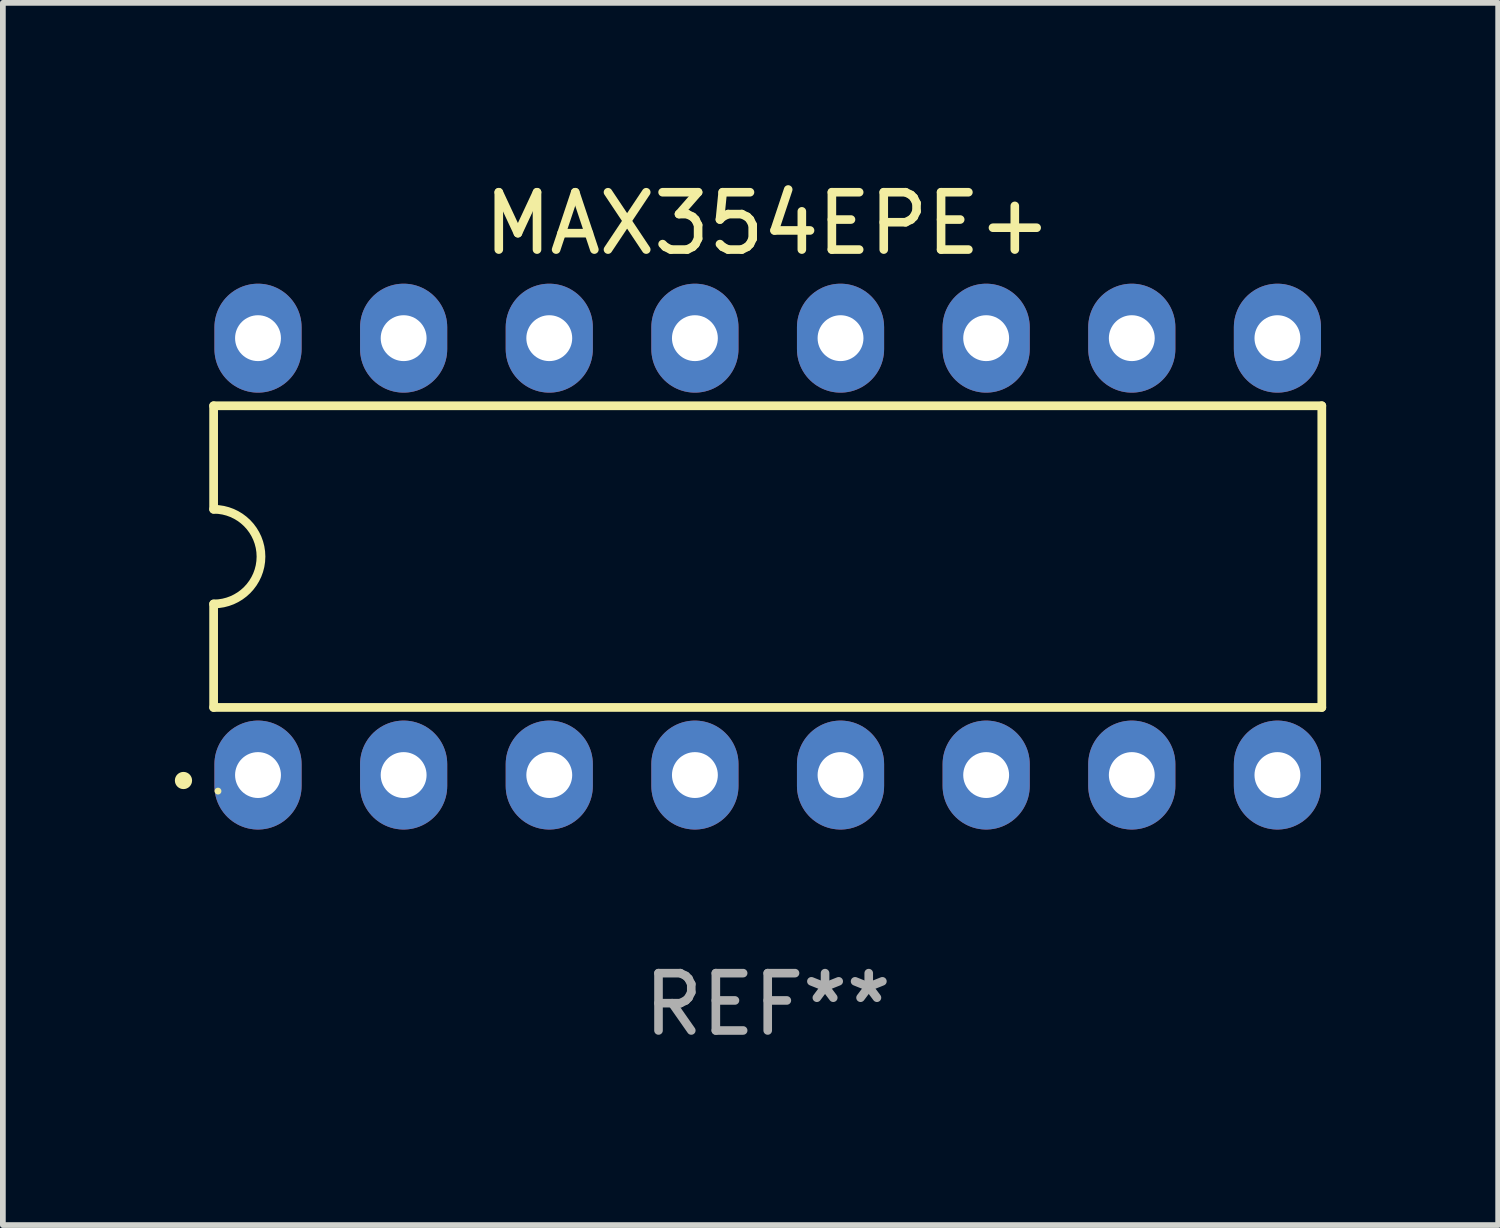
<source format=kicad_pcb>
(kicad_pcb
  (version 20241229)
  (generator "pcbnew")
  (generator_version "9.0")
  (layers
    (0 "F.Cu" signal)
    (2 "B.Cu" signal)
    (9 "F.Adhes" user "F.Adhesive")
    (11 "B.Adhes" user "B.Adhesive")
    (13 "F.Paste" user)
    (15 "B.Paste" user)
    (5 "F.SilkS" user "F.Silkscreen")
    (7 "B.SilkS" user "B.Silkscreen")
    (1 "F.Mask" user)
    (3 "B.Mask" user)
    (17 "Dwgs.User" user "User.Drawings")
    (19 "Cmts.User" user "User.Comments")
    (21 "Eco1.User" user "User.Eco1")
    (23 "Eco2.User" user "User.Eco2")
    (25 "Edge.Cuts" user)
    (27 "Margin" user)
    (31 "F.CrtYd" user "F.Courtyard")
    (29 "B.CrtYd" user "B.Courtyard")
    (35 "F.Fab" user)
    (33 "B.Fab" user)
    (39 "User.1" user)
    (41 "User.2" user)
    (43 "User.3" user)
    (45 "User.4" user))
  (footprint "MAX354EPE+"
    (layer "F.Cu")
    (at 10.34 6.658)
    (property "Reference" "MAX354EPE+" (at 0 -5.81 0) (layer "F.SilkS") (effects (font (size 1 1) (thickness 0.15))))
    (attr through_hole)
    (fp_line (start -9.664 -2.631) (end -9.664 -0.826) (stroke (width 0.152) (type solid)) (layer "F.SilkS"))
    (fp_line (start -9.664 0.826) (end -9.664 2.631) (stroke (width 0.152) (type solid)) (layer "F.SilkS"))
    (fp_line (start -9.664 2.631) (end 9.664 2.631) (stroke (width 0.152) (type solid)) (layer "F.SilkS"))
    (fp_line (start 9.664 -2.631) (end -9.664 -2.631) (stroke (width 0.152) (type solid)) (layer "F.SilkS"))
    (fp_line (start 9.664 2.631) (end 9.664 -2.631) (stroke (width 0.152) (type solid)) (layer "F.SilkS"))
    (fp_arc (start -9.663701 -0.825626) (mid -8.838075 0) (end -9.663701 0.825626) (stroke (width 0.1524) (type solid)) (layer "F.SilkS"))
    (fp_circle (center -10.19 3.905) (end -10.115 3.905) (stroke (width 0.15) (type solid)) (fill no) (layer "F.SilkS"))
    (fp_circle (center -9.588 4.09) (end -9.558 4.09) (stroke (width 0.06) (type solid)) (fill no) (layer "F.SilkS"))
    (fp_text user "REF**" (at 0 7.81 0) (layer "F.Fab") (effects (font (size 1 1) (thickness 0.15))))
    (pad "1" thru_hole oval (at -8.89 3.81) (size 1.52 1.9) (drill 0.8) (layers "*.Cu" "*.Mask"))
    (pad "2" thru_hole oval (at -6.35 3.81) (size 1.52 1.9) (drill 0.8) (layers "*.Cu" "*.Mask"))
    (pad "3" thru_hole oval (at -3.81 3.81) (size 1.52 1.9) (drill 0.8) (layers "*.Cu" "*.Mask"))
    (pad "4" thru_hole oval (at -1.27 3.81) (size 1.52 1.9) (drill 0.8) (layers "*.Cu" "*.Mask"))
    (pad "5" thru_hole oval (at 1.27 3.81) (size 1.52 1.9) (drill 0.8) (layers "*.Cu" "*.Mask"))
    (pad "6" thru_hole oval (at 3.81 3.81) (size 1.52 1.9) (drill 0.8) (layers "*.Cu" "*.Mask"))
    (pad "7" thru_hole oval (at 6.35 3.81) (size 1.52 1.9) (drill 0.8) (layers "*.Cu" "*.Mask"))
    (pad "8" thru_hole oval (at 8.89 3.81) (size 1.52 1.9) (drill 0.8) (layers "*.Cu" "*.Mask"))
    (pad "9" thru_hole oval (at 8.89 -3.81) (size 1.52 1.9) (drill 0.8) (layers "*.Cu" "*.Mask"))
    (pad "10" thru_hole oval (at 6.35 -3.81) (size 1.52 1.9) (drill 0.8) (layers "*.Cu" "*.Mask"))
    (pad "11" thru_hole oval (at 3.81 -3.81) (size 1.52 1.9) (drill 0.8) (layers "*.Cu" "*.Mask"))
    (pad "12" thru_hole oval (at 1.27 -3.81) (size 1.52 1.9) (drill 0.8) (layers "*.Cu" "*.Mask"))
    (pad "13" thru_hole oval (at -1.27 -3.81) (size 1.52 1.9) (drill 0.8) (layers "*.Cu" "*.Mask"))
    (pad "14" thru_hole oval (at -3.81 -3.81) (size 1.52 1.9) (drill 0.8) (layers "*.Cu" "*.Mask"))
    (pad "15" thru_hole oval (at -6.35 -3.81) (size 1.52 1.9) (drill 0.8) (layers "*.Cu" "*.Mask"))
    (pad "16" thru_hole oval (at -8.89 -3.81) (size 1.52 1.9) (drill 0.8) (layers "*.Cu" "*.Mask")))
  (gr_rect
    (start -3 -3)
    (end 23.08 18.317)
    (stroke (width 0.1) (type default))
    (fill no)
    (layer "Edge.Cuts")))
</source>
